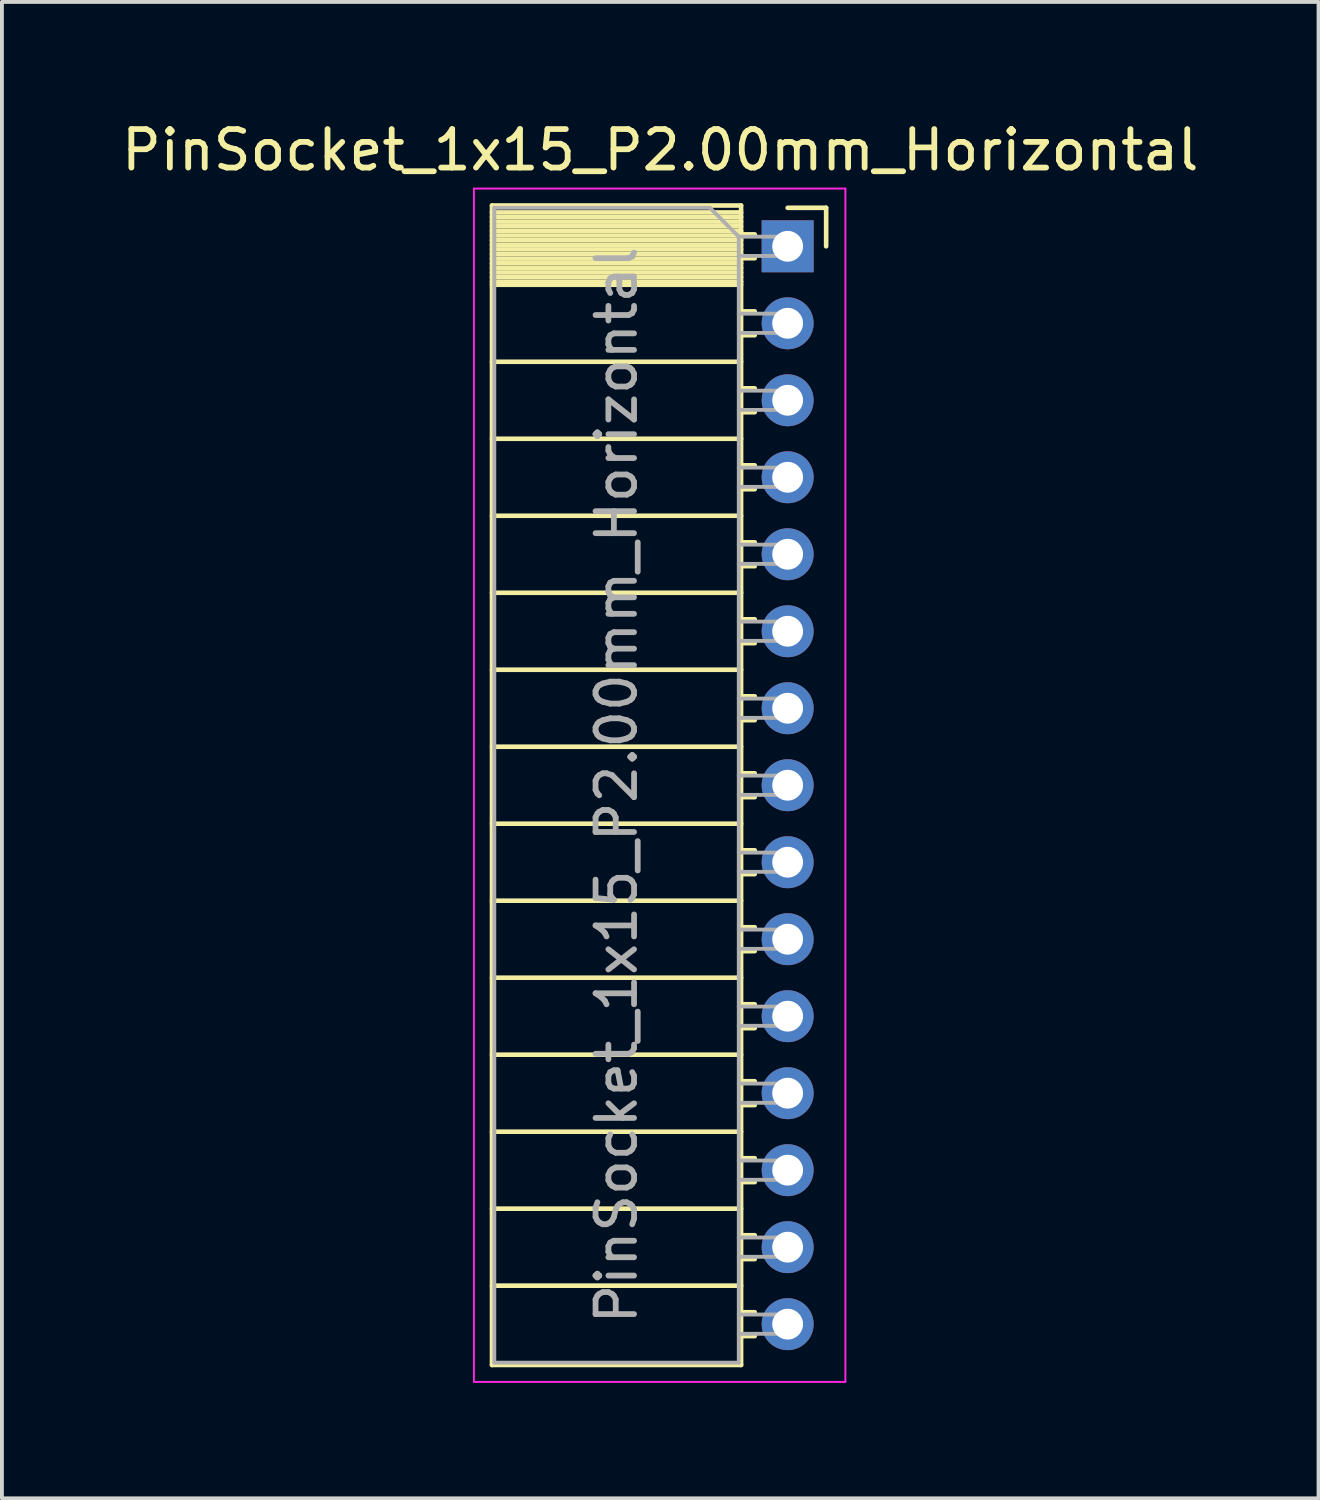
<source format=kicad_pcb>
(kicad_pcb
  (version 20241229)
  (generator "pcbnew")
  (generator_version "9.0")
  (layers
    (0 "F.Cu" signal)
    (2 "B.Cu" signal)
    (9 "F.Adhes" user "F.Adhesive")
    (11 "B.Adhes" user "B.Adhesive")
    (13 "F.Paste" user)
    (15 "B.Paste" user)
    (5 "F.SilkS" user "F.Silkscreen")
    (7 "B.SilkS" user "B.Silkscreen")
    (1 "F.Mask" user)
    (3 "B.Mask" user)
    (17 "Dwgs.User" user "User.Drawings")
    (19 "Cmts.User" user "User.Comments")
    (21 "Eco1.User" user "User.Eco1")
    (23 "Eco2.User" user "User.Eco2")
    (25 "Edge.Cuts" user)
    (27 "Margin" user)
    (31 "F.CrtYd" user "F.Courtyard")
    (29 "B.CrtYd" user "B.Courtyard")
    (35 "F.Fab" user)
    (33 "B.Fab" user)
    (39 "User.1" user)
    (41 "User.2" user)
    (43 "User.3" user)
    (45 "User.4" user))
  (footprint "PinSocket_1x15_P2.00mm_Horizontal"
    (layer "F.Cu")
    (at 17.411 3.348)
    (property "Reference" "PinSocket_1x15_P2.00mm_Horizontal" (at -3.31 -2.5 0) (layer "F.SilkS") (effects (font (size 1 1) (thickness 0.15))))
    (attr through_hole)
    (fp_line (start -7.68 -1.06) (end -1.21 -1.06) (stroke (width 0.12) (type solid)) (layer "F.SilkS"))
    (fp_line (start -7.68 -0.88) (end -1.21 -0.88) (stroke (width 0.12) (type solid)) (layer "F.SilkS"))
    (fp_line (start -7.68 -0.76) (end -1.21 -0.76) (stroke (width 0.12) (type solid)) (layer "F.SilkS"))
    (fp_line (start -7.68 -0.64) (end -1.21 -0.64) (stroke (width 0.12) (type solid)) (layer "F.SilkS"))
    (fp_line (start -7.68 -0.52) (end -1.21 -0.52) (stroke (width 0.12) (type solid)) (layer "F.SilkS"))
    (fp_line (start -7.68 -0.4) (end -1.21 -0.4) (stroke (width 0.12) (type solid)) (layer "F.SilkS"))
    (fp_line (start -7.68 -0.28) (end -1.21 -0.28) (stroke (width 0.12) (type solid)) (layer "F.SilkS"))
    (fp_line (start -7.68 -0.16) (end -1.21 -0.16) (stroke (width 0.12) (type solid)) (layer "F.SilkS"))
    (fp_line (start -7.68 -0.04) (end -1.21 -0.04) (stroke (width 0.12) (type solid)) (layer "F.SilkS"))
    (fp_line (start -7.68 0.08) (end -1.21 0.08) (stroke (width 0.12) (type solid)) (layer "F.SilkS"))
    (fp_line (start -7.68 0.2) (end -1.21 0.2) (stroke (width 0.12) (type solid)) (layer "F.SilkS"))
    (fp_line (start -7.68 0.32) (end -1.21 0.32) (stroke (width 0.12) (type solid)) (layer "F.SilkS"))
    (fp_line (start -7.68 0.44) (end -1.21 0.44) (stroke (width 0.12) (type solid)) (layer "F.SilkS"))
    (fp_line (start -7.68 0.56) (end -1.21 0.56) (stroke (width 0.12) (type solid)) (layer "F.SilkS"))
    (fp_line (start -7.68 0.68) (end -1.21 0.68) (stroke (width 0.12) (type solid)) (layer "F.SilkS"))
    (fp_line (start -7.68 0.8) (end -1.21 0.8) (stroke (width 0.12) (type solid)) (layer "F.SilkS"))
    (fp_line (start -7.68 0.92) (end -1.21 0.92) (stroke (width 0.12) (type solid)) (layer "F.SilkS"))
    (fp_line (start -7.68 1) (end -1.21 1) (stroke (width 0.12) (type solid)) (layer "F.SilkS"))
    (fp_line (start -7.68 3) (end -1.21 3) (stroke (width 0.12) (type solid)) (layer "F.SilkS"))
    (fp_line (start -7.68 5) (end -1.21 5) (stroke (width 0.12) (type solid)) (layer "F.SilkS"))
    (fp_line (start -7.68 7) (end -1.21 7) (stroke (width 0.12) (type solid)) (layer "F.SilkS"))
    (fp_line (start -7.68 9) (end -1.21 9) (stroke (width 0.12) (type solid)) (layer "F.SilkS"))
    (fp_line (start -7.68 11) (end -1.21 11) (stroke (width 0.12) (type solid)) (layer "F.SilkS"))
    (fp_line (start -7.68 13) (end -1.21 13) (stroke (width 0.12) (type solid)) (layer "F.SilkS"))
    (fp_line (start -7.68 15) (end -1.21 15) (stroke (width 0.12) (type solid)) (layer "F.SilkS"))
    (fp_line (start -7.68 17) (end -1.21 17) (stroke (width 0.12) (type solid)) (layer "F.SilkS"))
    (fp_line (start -7.68 19) (end -1.21 19) (stroke (width 0.12) (type solid)) (layer "F.SilkS"))
    (fp_line (start -7.68 21) (end -1.21 21) (stroke (width 0.12) (type solid)) (layer "F.SilkS"))
    (fp_line (start -7.68 23) (end -1.21 23) (stroke (width 0.12) (type solid)) (layer "F.SilkS"))
    (fp_line (start -7.68 25) (end -1.21 25) (stroke (width 0.12) (type solid)) (layer "F.SilkS"))
    (fp_line (start -7.68 27) (end -1.21 27) (stroke (width 0.12) (type solid)) (layer "F.SilkS"))
    (fp_line (start -7.68 29.06) (end -7.68 -1.06) (stroke (width 0.12) (type solid)) (layer "F.SilkS"))
    (fp_line (start -1.21 -1.06) (end -1.21 29.06) (stroke (width 0.12) (type solid)) (layer "F.SilkS"))
    (fp_line (start -1.21 -0.31) (end -0.855 -0.31) (stroke (width 0.12) (type solid)) (layer "F.SilkS"))
    (fp_line (start -1.21 1.69) (end -0.855 1.69) (stroke (width 0.12) (type solid)) (layer "F.SilkS"))
    (fp_line (start -1.21 3.69) (end -0.855 3.69) (stroke (width 0.12) (type solid)) (layer "F.SilkS"))
    (fp_line (start -1.21 5.69) (end -0.855 5.69) (stroke (width 0.12) (type solid)) (layer "F.SilkS"))
    (fp_line (start -1.21 7.69) (end -0.855 7.69) (stroke (width 0.12) (type solid)) (layer "F.SilkS"))
    (fp_line (start -1.21 9.69) (end -0.855 9.69) (stroke (width 0.12) (type solid)) (layer "F.SilkS"))
    (fp_line (start -1.21 11.69) (end -0.855 11.69) (stroke (width 0.12) (type solid)) (layer "F.SilkS"))
    (fp_line (start -1.21 13.69) (end -0.855 13.69) (stroke (width 0.12) (type solid)) (layer "F.SilkS"))
    (fp_line (start -1.21 15.69) (end -0.855 15.69) (stroke (width 0.12) (type solid)) (layer "F.SilkS"))
    (fp_line (start -1.21 17.69) (end -0.855 17.69) (stroke (width 0.12) (type solid)) (layer "F.SilkS"))
    (fp_line (start -1.21 19.69) (end -0.855 19.69) (stroke (width 0.12) (type solid)) (layer "F.SilkS"))
    (fp_line (start -1.21 21.69) (end -0.855 21.69) (stroke (width 0.12) (type solid)) (layer "F.SilkS"))
    (fp_line (start -1.21 23.69) (end -0.855 23.69) (stroke (width 0.12) (type solid)) (layer "F.SilkS"))
    (fp_line (start -1.21 25.69) (end -0.855 25.69) (stroke (width 0.12) (type solid)) (layer "F.SilkS"))
    (fp_line (start -1.21 27.69) (end -0.855 27.69) (stroke (width 0.12) (type solid)) (layer "F.SilkS"))
    (fp_line (start -1.21 29.06) (end -7.68 29.06) (stroke (width 0.12) (type solid)) (layer "F.SilkS"))
    (fp_line (start -0.855 0.31) (end -1.21 0.31) (stroke (width 0.12) (type solid)) (layer "F.SilkS"))
    (fp_line (start -0.855 2.31) (end -1.21 2.31) (stroke (width 0.12) (type solid)) (layer "F.SilkS"))
    (fp_line (start -0.855 4.31) (end -1.21 4.31) (stroke (width 0.12) (type solid)) (layer "F.SilkS"))
    (fp_line (start -0.855 6.31) (end -1.21 6.31) (stroke (width 0.12) (type solid)) (layer "F.SilkS"))
    (fp_line (start -0.855 8.31) (end -1.21 8.31) (stroke (width 0.12) (type solid)) (layer "F.SilkS"))
    (fp_line (start -0.855 10.31) (end -1.21 10.31) (stroke (width 0.12) (type solid)) (layer "F.SilkS"))
    (fp_line (start -0.855 12.31) (end -1.21 12.31) (stroke (width 0.12) (type solid)) (layer "F.SilkS"))
    (fp_line (start -0.855 14.31) (end -1.21 14.31) (stroke (width 0.12) (type solid)) (layer "F.SilkS"))
    (fp_line (start -0.855 16.31) (end -1.21 16.31) (stroke (width 0.12) (type solid)) (layer "F.SilkS"))
    (fp_line (start -0.855 18.31) (end -1.21 18.31) (stroke (width 0.12) (type solid)) (layer "F.SilkS"))
    (fp_line (start -0.855 20.31) (end -1.21 20.31) (stroke (width 0.12) (type solid)) (layer "F.SilkS"))
    (fp_line (start -0.855 22.31) (end -1.21 22.31) (stroke (width 0.12) (type solid)) (layer "F.SilkS"))
    (fp_line (start -0.855 24.31) (end -1.21 24.31) (stroke (width 0.12) (type solid)) (layer "F.SilkS"))
    (fp_line (start -0.855 26.31) (end -1.21 26.31) (stroke (width 0.12) (type solid)) (layer "F.SilkS"))
    (fp_line (start -0.855 28.31) (end -1.21 28.31) (stroke (width 0.12) (type solid)) (layer "F.SilkS"))
    (fp_line (start 0 -1) (end 1 -1) (stroke (width 0.12) (type solid)) (layer "F.SilkS"))
    (fp_line (start 1 -1) (end 1 0) (stroke (width 0.12) (type solid)) (layer "F.SilkS"))
    (fp_line (start -8.15 -1.5) (end -8.15 29.5) (stroke (width 0.05) (type solid)) (layer "F.CrtYd"))
    (fp_line (start -8.15 29.5) (end 1.5 29.5) (stroke (width 0.05) (type solid)) (layer "F.CrtYd"))
    (fp_line (start 1.5 -1.5) (end -8.15 -1.5) (stroke (width 0.05) (type solid)) (layer "F.CrtYd"))
    (fp_line (start 1.5 29.5) (end 1.5 -1.5) (stroke (width 0.05) (type solid)) (layer "F.CrtYd"))
    (fp_line (start -7.62 -1) (end -2.02 -1) (stroke (width 0.1) (type solid)) (layer "F.Fab"))
    (fp_line (start -7.62 29) (end -7.62 -1) (stroke (width 0.1) (type solid)) (layer "F.Fab"))
    (fp_line (start -2.02 -1) (end -1.27 -0.25) (stroke (width 0.1) (type solid)) (layer "F.Fab"))
    (fp_line (start -1.27 -0.25) (end -1.27 29) (stroke (width 0.1) (type solid)) (layer "F.Fab"))
    (fp_line (start -1.27 0.25) (end 0 0.25) (stroke (width 0.1) (type solid)) (layer "F.Fab"))
    (fp_line (start -1.27 2.25) (end 0 2.25) (stroke (width 0.1) (type solid)) (layer "F.Fab"))
    (fp_line (start -1.27 4.25) (end 0 4.25) (stroke (width 0.1) (type solid)) (layer "F.Fab"))
    (fp_line (start -1.27 6.25) (end 0 6.25) (stroke (width 0.1) (type solid)) (layer "F.Fab"))
    (fp_line (start -1.27 8.25) (end 0 8.25) (stroke (width 0.1) (type solid)) (layer "F.Fab"))
    (fp_line (start -1.27 10.25) (end 0 10.25) (stroke (width 0.1) (type solid)) (layer "F.Fab"))
    (fp_line (start -1.27 12.25) (end 0 12.25) (stroke (width 0.1) (type solid)) (layer "F.Fab"))
    (fp_line (start -1.27 14.25) (end 0 14.25) (stroke (width 0.1) (type solid)) (layer "F.Fab"))
    (fp_line (start -1.27 16.25) (end 0 16.25) (stroke (width 0.1) (type solid)) (layer "F.Fab"))
    (fp_line (start -1.27 18.25) (end 0 18.25) (stroke (width 0.1) (type solid)) (layer "F.Fab"))
    (fp_line (start -1.27 20.25) (end 0 20.25) (stroke (width 0.1) (type solid)) (layer "F.Fab"))
    (fp_line (start -1.27 22.25) (end 0 22.25) (stroke (width 0.1) (type solid)) (layer "F.Fab"))
    (fp_line (start -1.27 24.25) (end 0 24.25) (stroke (width 0.1) (type solid)) (layer "F.Fab"))
    (fp_line (start -1.27 26.25) (end 0 26.25) (stroke (width 0.1) (type solid)) (layer "F.Fab"))
    (fp_line (start -1.27 28.25) (end 0 28.25) (stroke (width 0.1) (type solid)) (layer "F.Fab"))
    (fp_line (start -1.27 29) (end -7.62 29) (stroke (width 0.1) (type solid)) (layer "F.Fab"))
    (fp_line (start 0 -0.25) (end -1.27 -0.25) (stroke (width 0.1) (type solid)) (layer "F.Fab"))
    (fp_line (start 0 0.25) (end 0 -0.25) (stroke (width 0.1) (type solid)) (layer "F.Fab"))
    (fp_line (start 0 1.75) (end -1.27 1.75) (stroke (width 0.1) (type solid)) (layer "F.Fab"))
    (fp_line (start 0 2.25) (end 0 1.75) (stroke (width 0.1) (type solid)) (layer "F.Fab"))
    (fp_line (start 0 3.75) (end -1.27 3.75) (stroke (width 0.1) (type solid)) (layer "F.Fab"))
    (fp_line (start 0 4.25) (end 0 3.75) (stroke (width 0.1) (type solid)) (layer "F.Fab"))
    (fp_line (start 0 5.75) (end -1.27 5.75) (stroke (width 0.1) (type solid)) (layer "F.Fab"))
    (fp_line (start 0 6.25) (end 0 5.75) (stroke (width 0.1) (type solid)) (layer "F.Fab"))
    (fp_line (start 0 7.75) (end -1.27 7.75) (stroke (width 0.1) (type solid)) (layer "F.Fab"))
    (fp_line (start 0 8.25) (end 0 7.75) (stroke (width 0.1) (type solid)) (layer "F.Fab"))
    (fp_line (start 0 9.75) (end -1.27 9.75) (stroke (width 0.1) (type solid)) (layer "F.Fab"))
    (fp_line (start 0 10.25) (end 0 9.75) (stroke (width 0.1) (type solid)) (layer "F.Fab"))
    (fp_line (start 0 11.75) (end -1.27 11.75) (stroke (width 0.1) (type solid)) (layer "F.Fab"))
    (fp_line (start 0 12.25) (end 0 11.75) (stroke (width 0.1) (type solid)) (layer "F.Fab"))
    (fp_line (start 0 13.75) (end -1.27 13.75) (stroke (width 0.1) (type solid)) (layer "F.Fab"))
    (fp_line (start 0 14.25) (end 0 13.75) (stroke (width 0.1) (type solid)) (layer "F.Fab"))
    (fp_line (start 0 15.75) (end -1.27 15.75) (stroke (width 0.1) (type solid)) (layer "F.Fab"))
    (fp_line (start 0 16.25) (end 0 15.75) (stroke (width 0.1) (type solid)) (layer "F.Fab"))
    (fp_line (start 0 17.75) (end -1.27 17.75) (stroke (width 0.1) (type solid)) (layer "F.Fab"))
    (fp_line (start 0 18.25) (end 0 17.75) (stroke (width 0.1) (type solid)) (layer "F.Fab"))
    (fp_line (start 0 19.75) (end -1.27 19.75) (stroke (width 0.1) (type solid)) (layer "F.Fab"))
    (fp_line (start 0 20.25) (end 0 19.75) (stroke (width 0.1) (type solid)) (layer "F.Fab"))
    (fp_line (start 0 21.75) (end -1.27 21.75) (stroke (width 0.1) (type solid)) (layer "F.Fab"))
    (fp_line (start 0 22.25) (end 0 21.75) (stroke (width 0.1) (type solid)) (layer "F.Fab"))
    (fp_line (start 0 23.75) (end -1.27 23.75) (stroke (width 0.1) (type solid)) (layer "F.Fab"))
    (fp_line (start 0 24.25) (end 0 23.75) (stroke (width 0.1) (type solid)) (layer "F.Fab"))
    (fp_line (start 0 25.75) (end -1.27 25.75) (stroke (width 0.1) (type solid)) (layer "F.Fab"))
    (fp_line (start 0 26.25) (end 0 25.75) (stroke (width 0.1) (type solid)) (layer "F.Fab"))
    (fp_line (start 0 27.75) (end -1.27 27.75) (stroke (width 0.1) (type solid)) (layer "F.Fab"))
    (fp_line (start 0 28.25) (end 0 27.75) (stroke (width 0.1) (type solid)) (layer "F.Fab"))
    (fp_text user "${REFERENCE}" (at -4.445 14 90) (layer "F.Fab") (effects (font (size 1 1) (thickness 0.15))))
    (pad "1" thru_hole rect (at 0 0) (size 1.35 1.35) (drill 0.8) (layers "*.Cu" "*.Mask"))
    (pad "2" thru_hole oval (at 0 2) (size 1.35 1.35) (drill 0.8) (layers "*.Cu" "*.Mask"))
    (pad "3" thru_hole oval (at 0 4) (size 1.35 1.35) (drill 0.8) (layers "*.Cu" "*.Mask"))
    (pad "4" thru_hole oval (at 0 6) (size 1.35 1.35) (drill 0.8) (layers "*.Cu" "*.Mask"))
    (pad "5" thru_hole oval (at 0 8) (size 1.35 1.35) (drill 0.8) (layers "*.Cu" "*.Mask"))
    (pad "6" thru_hole oval (at 0 10) (size 1.35 1.35) (drill 0.8) (layers "*.Cu" "*.Mask"))
    (pad "7" thru_hole oval (at 0 12) (size 1.35 1.35) (drill 0.8) (layers "*.Cu" "*.Mask"))
    (pad "8" thru_hole oval (at 0 14) (size 1.35 1.35) (drill 0.8) (layers "*.Cu" "*.Mask"))
    (pad "9" thru_hole oval (at 0 16) (size 1.35 1.35) (drill 0.8) (layers "*.Cu" "*.Mask"))
    (pad "10" thru_hole oval (at 0 18) (size 1.35 1.35) (drill 0.8) (layers "*.Cu" "*.Mask"))
    (pad "11" thru_hole oval (at 0 20) (size 1.35 1.35) (drill 0.8) (layers "*.Cu" "*.Mask"))
    (pad "12" thru_hole oval (at 0 22) (size 1.35 1.35) (drill 0.8) (layers "*.Cu" "*.Mask"))
    (pad "13" thru_hole oval (at 0 24) (size 1.35 1.35) (drill 0.8) (layers "*.Cu" "*.Mask"))
    (pad "14" thru_hole oval (at 0 26) (size 1.35 1.35) (drill 0.8) (layers "*.Cu" "*.Mask"))
    (pad "15" thru_hole oval (at 0 28) (size 1.35 1.35) (drill 0.8) (layers "*.Cu" "*.Mask")))
  (gr_rect
    (start -3 -3)
    (end 31.202 35.873)
    (stroke (width 0.1) (type default))
    (fill no)
    (layer "Edge.Cuts")))
</source>
